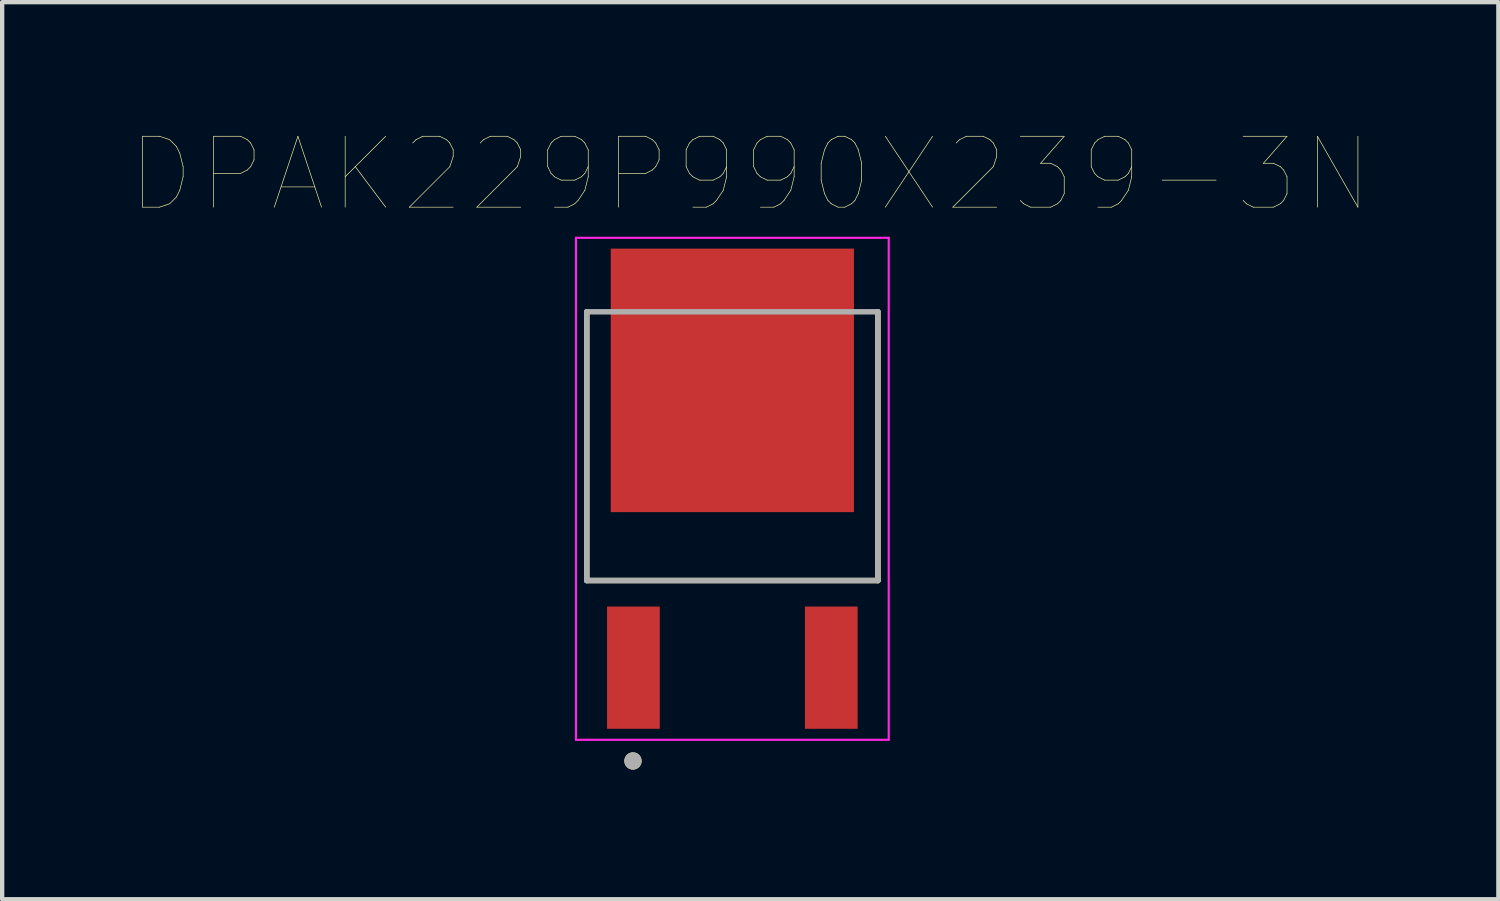
<source format=kicad_pcb>
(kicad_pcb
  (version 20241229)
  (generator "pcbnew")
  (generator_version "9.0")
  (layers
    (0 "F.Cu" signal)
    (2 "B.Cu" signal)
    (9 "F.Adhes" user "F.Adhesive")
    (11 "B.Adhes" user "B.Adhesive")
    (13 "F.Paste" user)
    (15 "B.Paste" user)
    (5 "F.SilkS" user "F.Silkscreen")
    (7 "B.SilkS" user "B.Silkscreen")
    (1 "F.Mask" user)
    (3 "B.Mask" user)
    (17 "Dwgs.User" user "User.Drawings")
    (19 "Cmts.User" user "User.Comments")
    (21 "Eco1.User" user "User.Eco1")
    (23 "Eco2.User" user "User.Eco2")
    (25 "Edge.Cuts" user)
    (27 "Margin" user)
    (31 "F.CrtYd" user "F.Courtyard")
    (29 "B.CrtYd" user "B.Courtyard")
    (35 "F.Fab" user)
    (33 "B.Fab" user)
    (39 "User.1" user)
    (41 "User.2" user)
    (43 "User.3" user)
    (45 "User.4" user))
  (footprint "DPAK229P990X239-3N"
    (layer "F.Cu")
    (at 13.902 8.265)
    (property "Reference" "DPAK229P990X239-3N" (at 0.415 -7.278 0) (layer "F.SilkS") (effects (font (size 1.641 1.641) (thickness 0.015))))
    (attr through_hole)
    (fp_line (start -3.37 -4.098) (end -3.37 2.123) (stroke (width 0.127) (type solid)) (layer "F.SilkS"))
    (fp_line (start -3.37 2.123) (end 3.37 2.123) (stroke (width 0.127) (type solid)) (layer "F.SilkS"))
    (fp_line (start 3.37 2.123) (end 3.37 -4.098) (stroke (width 0.127) (type solid)) (layer "F.SilkS"))
    (fp_circle (center -2.3 6.3) (end -2.2 6.3) (stroke (width 0.2) (type solid)) (fill no) (layer "F.SilkS"))
    (fp_poly (pts (xy -2.535 -5.27) (xy -1.225 -5.27) (xy -1.225 -3.81) (xy -2.535 -3.81)) (stroke (width 0.01) (type solid)) (fill yes) (layer "F.Paste"))
    (fp_poly (pts (xy -2.535 -3.24) (xy -1.225 -3.24) (xy -1.225 -1.78) (xy -2.535 -1.78)) (stroke (width 0.01) (type solid)) (fill yes) (layer "F.Paste"))
    (fp_poly (pts (xy -2.535 -1.21) (xy -1.225 -1.21) (xy -1.225 0.25) (xy -2.535 0.25)) (stroke (width 0.01) (type solid)) (fill yes) (layer "F.Paste"))
    (fp_poly (pts (xy -0.655 -5.27) (xy 0.655 -5.27) (xy 0.655 -3.81) (xy -0.655 -3.81)) (stroke (width 0.01) (type solid)) (fill yes) (layer "F.Paste"))
    (fp_poly (pts (xy -0.655 -3.24) (xy 0.655 -3.24) (xy 0.655 -1.78) (xy -0.655 -1.78)) (stroke (width 0.01) (type solid)) (fill yes) (layer "F.Paste"))
    (fp_poly (pts (xy -0.655 -1.21) (xy 0.655 -1.21) (xy 0.655 0.25) (xy -0.655 0.25)) (stroke (width 0.01) (type solid)) (fill yes) (layer "F.Paste"))
    (fp_poly (pts (xy 1.225 -5.27) (xy 2.535 -5.27) (xy 2.535 -3.81) (xy 1.225 -3.81)) (stroke (width 0.01) (type solid)) (fill yes) (layer "F.Paste"))
    (fp_poly (pts (xy 1.225 -3.24) (xy 2.535 -3.24) (xy 2.535 -1.78) (xy 1.225 -1.78)) (stroke (width 0.01) (type solid)) (fill yes) (layer "F.Paste"))
    (fp_poly (pts (xy 1.225 -1.21) (xy 2.535 -1.21) (xy 2.535 0.25) (xy 1.225 0.25)) (stroke (width 0.01) (type solid)) (fill yes) (layer "F.Paste"))
    (fp_line (start -3.62 -5.81) (end 3.62 -5.81) (stroke (width 0.05) (type solid)) (layer "F.CrtYd"))
    (fp_line (start -3.62 5.81) (end -3.62 -5.81) (stroke (width 0.05) (type solid)) (layer "F.CrtYd"))
    (fp_line (start -3.62 5.81) (end 3.62 5.81) (stroke (width 0.05) (type solid)) (layer "F.CrtYd"))
    (fp_line (start 3.62 5.81) (end 3.62 -5.81) (stroke (width 0.05) (type solid)) (layer "F.CrtYd"))
    (fp_line (start -3.37 -4.098) (end -3.37 2.123) (stroke (width 0.127) (type solid)) (layer "F.Fab"))
    (fp_line (start -3.37 2.123) (end 3.37 2.123) (stroke (width 0.127) (type solid)) (layer "F.Fab"))
    (fp_line (start 3.37 -4.098) (end -3.37 -4.098) (stroke (width 0.127) (type solid)) (layer "F.Fab"))
    (fp_line (start 3.37 2.123) (end 3.37 -4.098) (stroke (width 0.127) (type solid)) (layer "F.Fab"))
    (fp_circle (center -2.3 6.3) (end -2.2 6.3) (stroke (width 0.2) (type solid)) (fill no) (layer "F.Fab"))
    (pad "1" smd rect (at -2.29 4.14) (size 1.22 2.83) (layers "F.Cu" "F.Mask" "F.Paste"))
    (pad "2" smd rect (at 0 -2.51) (size 5.63 6.1) (layers "F.Cu" "F.Mask"))
    (pad "3" smd rect (at 2.29 4.14) (size 1.22 2.83) (layers "F.Cu" "F.Mask" "F.Paste")))
  (gr_rect
    (start -3 -3)
    (end 31.634 17.765)
    (stroke (width 0.1) (type default))
    (fill no)
    (layer "Edge.Cuts")))
</source>
